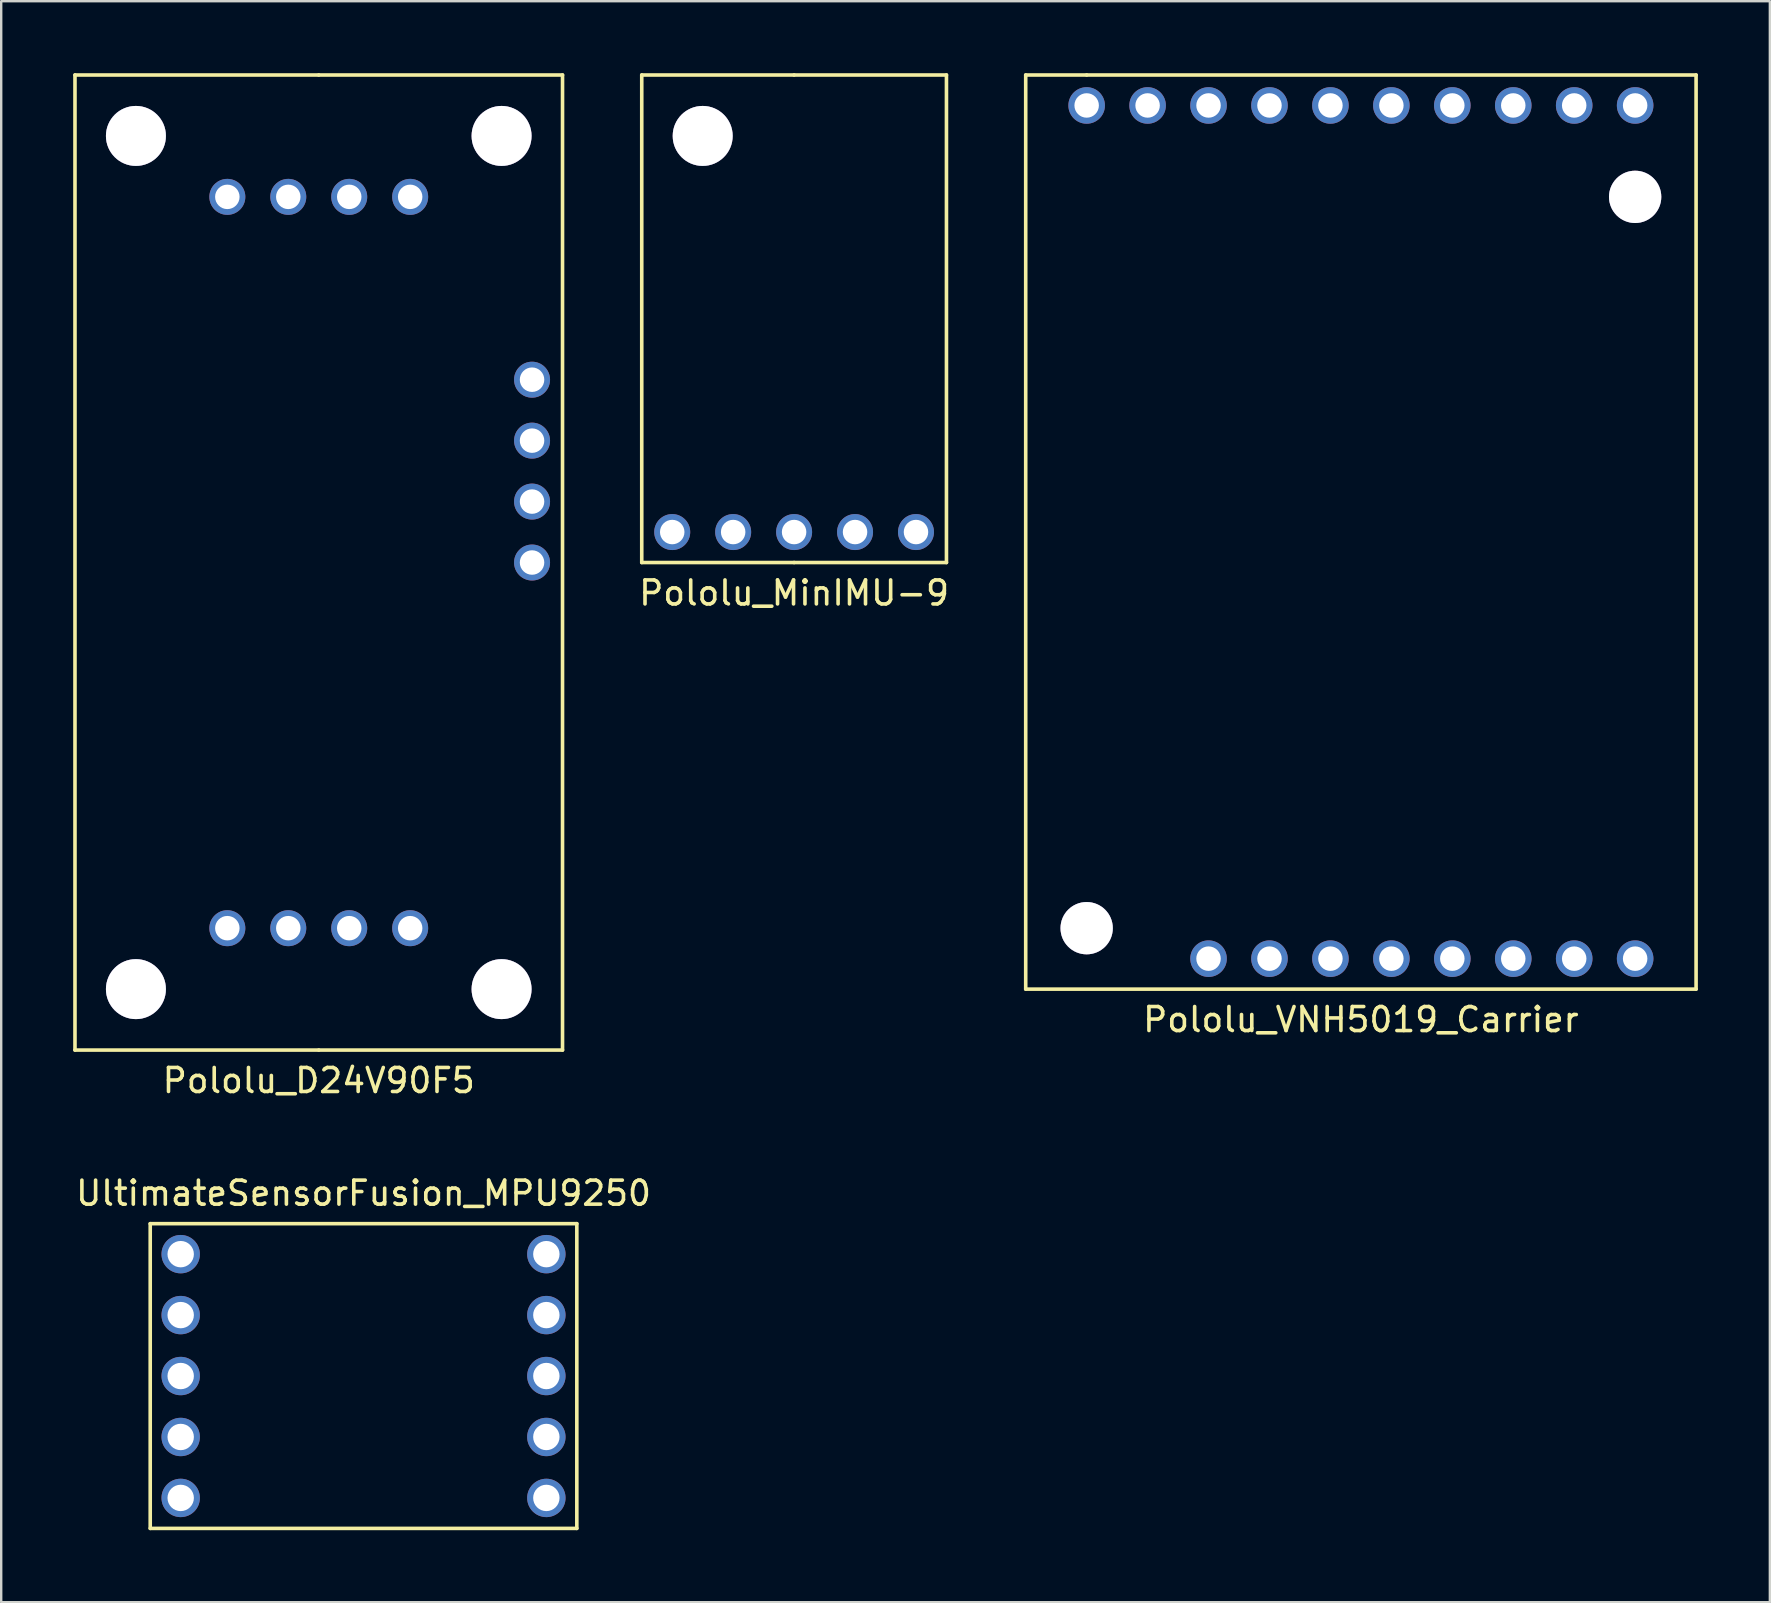
<source format=kicad_pcb>
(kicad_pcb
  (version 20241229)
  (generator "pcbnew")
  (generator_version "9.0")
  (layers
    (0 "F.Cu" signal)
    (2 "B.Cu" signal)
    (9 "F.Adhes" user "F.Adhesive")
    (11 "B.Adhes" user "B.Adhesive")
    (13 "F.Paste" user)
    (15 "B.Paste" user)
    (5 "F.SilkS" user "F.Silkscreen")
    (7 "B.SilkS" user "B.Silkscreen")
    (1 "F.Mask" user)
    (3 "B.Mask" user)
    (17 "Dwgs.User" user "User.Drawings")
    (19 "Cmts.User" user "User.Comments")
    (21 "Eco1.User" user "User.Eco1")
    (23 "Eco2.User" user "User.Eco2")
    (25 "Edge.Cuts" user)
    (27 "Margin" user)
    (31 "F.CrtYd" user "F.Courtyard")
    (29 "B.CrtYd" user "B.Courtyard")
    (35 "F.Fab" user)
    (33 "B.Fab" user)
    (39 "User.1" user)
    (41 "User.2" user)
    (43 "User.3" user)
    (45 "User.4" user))
  (footprint "Pololu_D24V90F5"
    (layer "F.Cu")
    (at 10.235 40.715)
    (property "Reference" "Pololu_D24V90F5" (at 0 1.27 0) (layer "F.SilkS") (effects (font (size 1 1) (thickness 0.15))))
    (attr through_hole)
    (fp_line (start -10.16 -40.64) (end -10.16 0) (stroke (width 0.15) (type solid)) (layer "F.SilkS"))
    (fp_line (start -10.16 0) (end 0 0) (stroke (width 0.15) (type solid)) (layer "F.SilkS"))
    (fp_line (start 0 -40.64) (end -10.16 -40.64) (stroke (width 0.15) (type solid)) (layer "F.SilkS"))
    (fp_line (start 0 0) (end 10.16 0) (stroke (width 0.15) (type solid)) (layer "F.SilkS"))
    (fp_line (start 10.16 -40.64) (end 0 -40.64) (stroke (width 0.15) (type solid)) (layer "F.SilkS"))
    (fp_line (start 10.16 0) (end 10.16 -40.64) (stroke (width 0.15) (type solid)) (layer "F.SilkS"))
    (pad "" thru_hole circle (at -7.62 -38.1) (size 2.5 2.5) (drill 2.5) (layers "*.Cu" "*.Mask"))
    (pad "" thru_hole circle (at -7.62 -2.54) (size 2.5 2.5) (drill 2.5) (layers "*.Cu" "*.Mask"))
    (pad "" thru_hole circle (at 7.62 -38.1) (size 2.5 2.5) (drill 2.5) (layers "*.Cu" "*.Mask"))
    (pad "" thru_hole circle (at 7.62 -2.54) (size 2.5 2.5) (drill 2.5) (layers "*.Cu" "*.Mask"))
    (pad "1" thru_hole circle (at 1.27 -5.08) (size 1.5 1.5) (drill 1.02) (layers "*.Cu" "*.Mask"))
    (pad "1" thru_hole circle (at 3.81 -5.08) (size 1.5 1.5) (drill 1.02) (layers "*.Cu" "*.Mask"))
    (pad "2" thru_hole circle (at -3.81 -5.08) (size 1.5 1.5) (drill 1.02) (layers "*.Cu" "*.Mask"))
    (pad "2" thru_hole circle (at -1.27 -5.08) (size 1.5 1.5) (drill 1.02) (layers "*.Cu" "*.Mask"))
    (pad "3" thru_hole circle (at 1.27 -35.56) (size 1.5 1.5) (drill 1.02) (layers "*.Cu" "*.Mask"))
    (pad "3" thru_hole circle (at 3.81 -35.56) (size 1.5 1.5) (drill 1.02) (layers "*.Cu" "*.Mask"))
    (pad "4" thru_hole circle (at -3.81 -35.56) (size 1.5 1.5) (drill 1.02) (layers "*.Cu" "*.Mask"))
    (pad "4" thru_hole circle (at -1.27 -35.56) (size 1.5 1.5) (drill 1.02) (layers "*.Cu" "*.Mask"))
    (pad "5" thru_hole circle (at 8.89 -27.94) (size 1.5 1.5) (drill 1.02) (layers "*.Cu" "*.Mask"))
    (pad "6" thru_hole circle (at 8.89 -25.4) (size 1.5 1.5) (drill 1.02) (layers "*.Cu" "*.Mask"))
    (pad "7" thru_hole circle (at 8.89 -22.86) (size 1.5 1.5) (drill 1.02) (layers "*.Cu" "*.Mask"))
    (pad "8" thru_hole circle (at 8.89 -20.32) (size 1.5 1.5) (drill 1.02) (layers "*.Cu" "*.Mask")))
  (footprint "Pololu_MinIMU-9"
    (layer "F.Cu")
    (at 30.047 20.395)
    (property "Reference" "Pololu_MinIMU-9" (at 0 1.27 0) (layer "F.SilkS") (effects (font (size 1 1) (thickness 0.15))))
    (attr through_hole)
    (fp_line (start -6.35 -20.32) (end -6.35 0) (stroke (width 0.15) (type solid)) (layer "F.SilkS"))
    (fp_line (start -6.35 0) (end 0 0) (stroke (width 0.15) (type solid)) (layer "F.SilkS"))
    (fp_line (start 0 -20.32) (end -6.35 -20.32) (stroke (width 0.15) (type solid)) (layer "F.SilkS"))
    (fp_line (start 0 0) (end 6.35 0) (stroke (width 0.15) (type solid)) (layer "F.SilkS"))
    (fp_line (start 6.35 -20.32) (end 0 -20.32) (stroke (width 0.15) (type solid)) (layer "F.SilkS"))
    (fp_line (start 6.35 0) (end 6.35 -20.32) (stroke (width 0.15) (type solid)) (layer "F.SilkS"))
    (pad "" thru_hole circle (at -3.81 -17.78) (size 2.5 2.5) (drill 2.5) (layers "*.Cu" "*.Mask"))
    (pad "1" thru_hole circle (at -5.08 -1.27) (size 1.5 1.5) (drill 1.02) (layers "*.Cu" "*.Mask"))
    (pad "2" thru_hole circle (at -2.54 -1.27) (size 1.5 1.5) (drill 1.02) (layers "*.Cu" "*.Mask"))
    (pad "3" thru_hole circle (at 0 -1.27) (size 1.5 1.5) (drill 1.02) (layers "*.Cu" "*.Mask"))
    (pad "4" thru_hole circle (at 2.54 -1.27) (size 1.5 1.5) (drill 1.02) (layers "*.Cu" "*.Mask"))
    (pad "5" thru_hole circle (at 5.08 -1.27) (size 1.5 1.5) (drill 1.02) (layers "*.Cu" "*.Mask")))
  (footprint "Pololu_VNH5019_Carrier"
    (layer "F.Cu")
    (at 52.4 38.175)
    (property "Reference" "Pololu_VNH5019_Carrier" (at 1.27 1.27 0) (layer "F.SilkS") (effects (font (size 1 1) (thickness 0.15))))
    (attr through_hole)
    (fp_line (start -12.7 -38.1) (end -12.7 0) (stroke (width 0.15) (type solid)) (layer "F.SilkS"))
    (fp_line (start -12.7 0) (end 15.24 0) (stroke (width 0.15) (type solid)) (layer "F.SilkS"))
    (fp_line (start -10.16 -38.1) (end -12.7 -38.1) (stroke (width 0.15) (type solid)) (layer "F.SilkS"))
    (fp_line (start 15.24 -38.1) (end -10.16 -38.1) (stroke (width 0.15) (type solid)) (layer "F.SilkS"))
    (fp_line (start 15.24 0) (end 15.24 -38.1) (stroke (width 0.15) (type solid)) (layer "F.SilkS"))
    (pad "" thru_hole circle (at -10.16 -2.54) (size 2.18 2.18) (drill 2.18) (layers "*.Cu" "*.Mask"))
    (pad "" thru_hole circle (at 12.7 -33.02) (size 2.18 2.18) (drill 2.18) (layers "*.Cu" "*.Mask"))
    (pad "1" thru_hole circle (at 12.7 -36.83) (size 1.524 1.524) (drill 1.02) (layers "*.Cu" "*.Mask"))
    (pad "2" thru_hole circle (at 10.16 -36.83) (size 1.524 1.524) (drill 1.02) (layers "*.Cu" "*.Mask"))
    (pad "3" thru_hole circle (at 7.62 -36.83) (size 1.524 1.524) (drill 1.02) (layers "*.Cu" "*.Mask"))
    (pad "4" thru_hole circle (at 5.08 -36.83) (size 1.524 1.524) (drill 1.02) (layers "*.Cu" "*.Mask"))
    (pad "5" thru_hole circle (at 2.54 -36.83) (size 1.524 1.524) (drill 1.02) (layers "*.Cu" "*.Mask"))
    (pad "6" thru_hole circle (at 0 -36.83) (size 1.524 1.524) (drill 1.02) (layers "*.Cu" "*.Mask"))
    (pad "7" thru_hole circle (at -2.54 -36.83) (size 1.524 1.524) (drill 1.02) (layers "*.Cu" "*.Mask"))
    (pad "8" thru_hole circle (at -5.08 -36.83) (size 1.524 1.524) (drill 1.02) (layers "*.Cu" "*.Mask"))
    (pad "9" thru_hole circle (at -7.62 -36.83) (size 1.524 1.524) (drill 1.02) (layers "*.Cu" "*.Mask"))
    (pad "10" thru_hole circle (at -10.16 -36.83) (size 1.524 1.524) (drill 1.02) (layers "*.Cu" "*.Mask"))
    (pad "11" thru_hole circle (at 10.16 -1.27) (size 1.524 1.524) (drill 1.02) (layers "*.Cu" "*.Mask"))
    (pad "11" thru_hole circle (at 12.7 -1.27) (size 1.524 1.524) (drill 1.02) (layers "*.Cu" "*.Mask"))
    (pad "12" thru_hole circle (at 5.08 -1.27) (size 1.524 1.524) (drill 1.02) (layers "*.Cu" "*.Mask"))
    (pad "12" thru_hole circle (at 7.62 -1.27 90) (size 1.524 1.524) (drill 1.02) (layers "*.Cu" "*.Mask"))
    (pad "13" thru_hole circle (at 0 -1.27) (size 1.524 1.524) (drill 1.02) (layers "*.Cu" "*.Mask"))
    (pad "13" thru_hole circle (at 2.54 -1.27) (size 1.524 1.524) (drill 1.02) (layers "*.Cu" "*.Mask"))
    (pad "14" thru_hole circle (at -5.08 -1.27) (size 1.524 1.524) (drill 1.02) (layers "*.Cu" "*.Mask"))
    (pad "14" thru_hole circle (at -2.54 -1.27) (size 1.524 1.524) (drill 1.02) (layers "*.Cu" "*.Mask")))
  (footprint "UltimateSensorFusion_MPU9250"
    (layer "F.Cu")
    (at 12.101 54.301)
    (property "Reference" "UltimateSensorFusion_MPU9250" (at 0 -7.62 0) (layer "F.SilkS") (effects (font (size 1 1) (thickness 0.15))))
    (attr through_hole)
    (fp_line (start -8.89 -6.35) (end 8.89 -6.35) (stroke (width 0.15) (type solid)) (layer "F.SilkS"))
    (fp_line (start -8.89 6.35) (end -8.89 -6.35) (stroke (width 0.15) (type solid)) (layer "F.SilkS"))
    (fp_line (start 8.89 -6.35) (end 8.89 6.35) (stroke (width 0.15) (type solid)) (layer "F.SilkS"))
    (fp_line (start 8.89 6.35) (end -8.89 6.35) (stroke (width 0.15) (type solid)) (layer "F.SilkS"))
    (pad "" thru_hole circle (at -7.62 0 90) (size 1.6 1.6) (drill 1.1) (layers "*.Cu" "*.Mask"))
    (pad "" thru_hole circle (at 7.62 -5.08 90) (size 1.6 1.6) (drill 1.1) (layers "*.Cu" "*.Mask"))
    (pad "" thru_hole circle (at 7.62 -2.54 90) (size 1.6 1.6) (drill 1.1) (layers "*.Cu" "*.Mask"))
    (pad "" thru_hole circle (at 7.62 0 90) (size 1.6 1.6) (drill 1.1) (layers "*.Cu" "*.Mask"))
    (pad "" thru_hole circle (at 7.62 2.54 90) (size 1.6 1.6) (drill 1.1) (layers "*.Cu" "*.Mask"))
    (pad "1" thru_hole circle (at -7.62 -5.08 90) (size 1.6 1.6) (drill 1.1) (layers "*.Cu" "*.Mask"))
    (pad "2" thru_hole circle (at -7.62 -2.54 90) (size 1.6 1.6) (drill 1.1) (layers "*.Cu" "*.Mask"))
    (pad "4" thru_hole circle (at -7.62 2.54 90) (size 1.6 1.6) (drill 1.1) (layers "*.Cu" "*.Mask"))
    (pad "5" thru_hole circle (at -7.62 5.08 90) (size 1.6 1.6) (drill 1.1) (layers "*.Cu" "*.Mask"))
    (pad "10" thru_hole circle (at 7.62 5.08 90) (size 1.6 1.6) (drill 1.1) (layers "*.Cu" "*.Mask")))
  (gr_rect
    (start -3 -3)
    (end 70.715 63.727)
    (stroke (width 0.1) (type default))
    (fill no)
    (layer "Edge.Cuts")))
</source>
